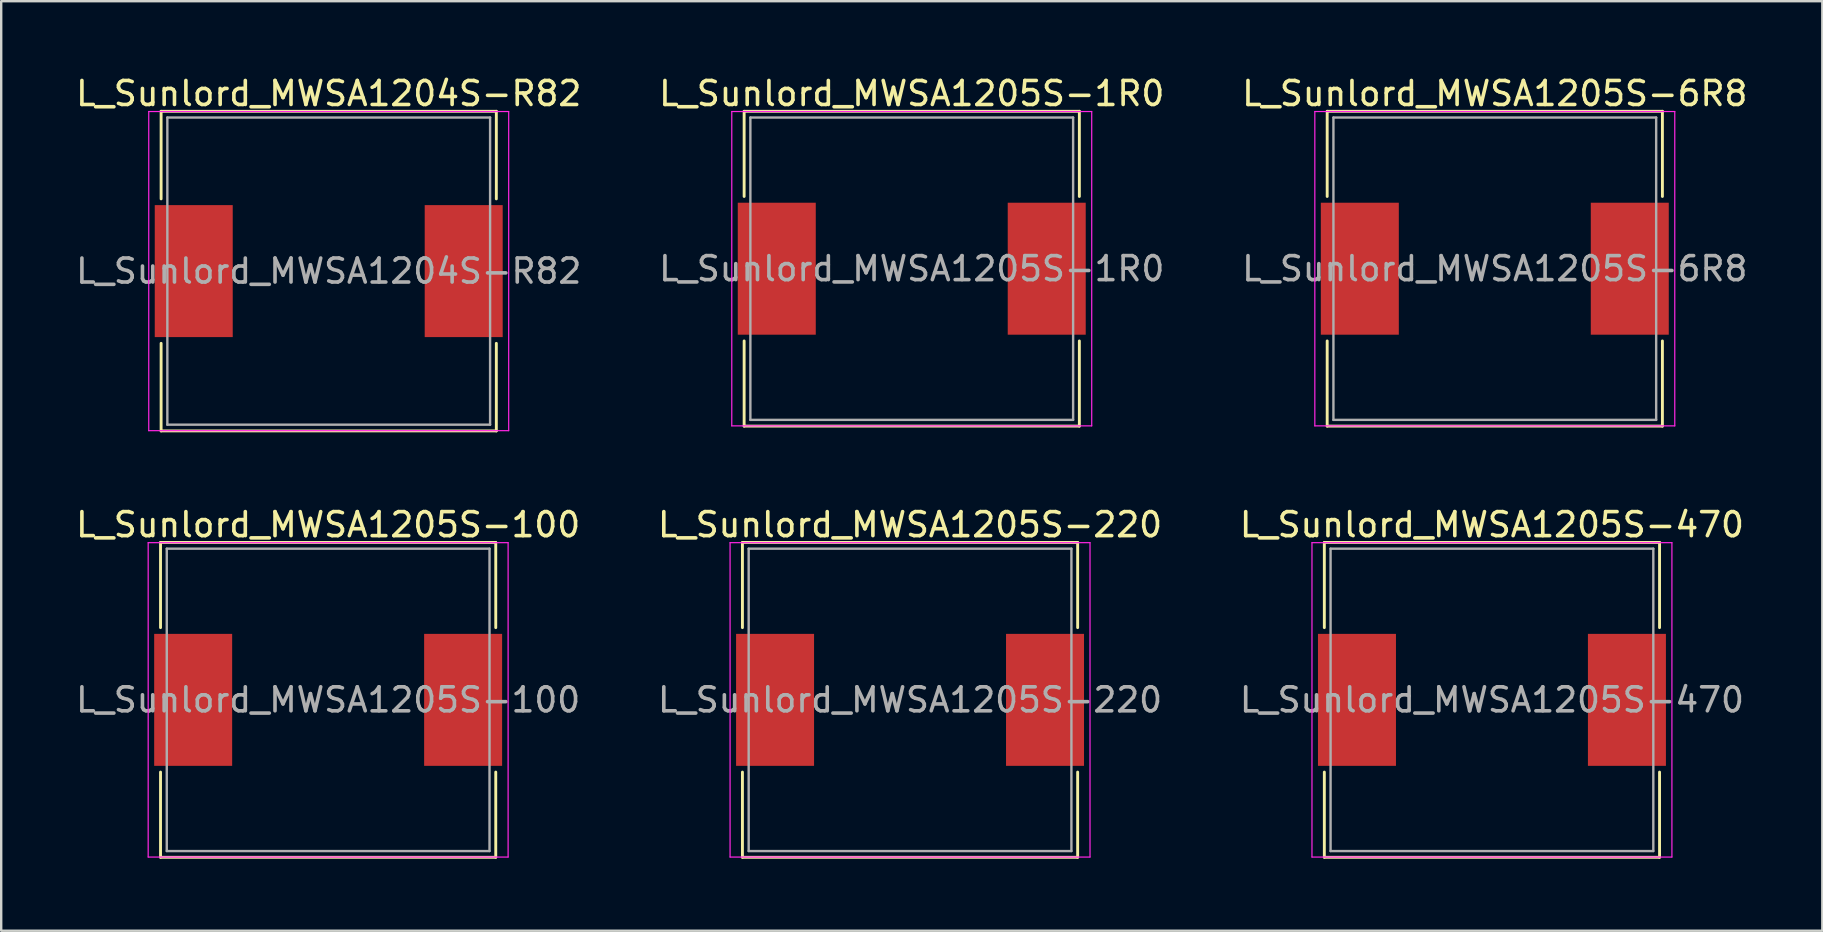
<source format=kicad_pcb>
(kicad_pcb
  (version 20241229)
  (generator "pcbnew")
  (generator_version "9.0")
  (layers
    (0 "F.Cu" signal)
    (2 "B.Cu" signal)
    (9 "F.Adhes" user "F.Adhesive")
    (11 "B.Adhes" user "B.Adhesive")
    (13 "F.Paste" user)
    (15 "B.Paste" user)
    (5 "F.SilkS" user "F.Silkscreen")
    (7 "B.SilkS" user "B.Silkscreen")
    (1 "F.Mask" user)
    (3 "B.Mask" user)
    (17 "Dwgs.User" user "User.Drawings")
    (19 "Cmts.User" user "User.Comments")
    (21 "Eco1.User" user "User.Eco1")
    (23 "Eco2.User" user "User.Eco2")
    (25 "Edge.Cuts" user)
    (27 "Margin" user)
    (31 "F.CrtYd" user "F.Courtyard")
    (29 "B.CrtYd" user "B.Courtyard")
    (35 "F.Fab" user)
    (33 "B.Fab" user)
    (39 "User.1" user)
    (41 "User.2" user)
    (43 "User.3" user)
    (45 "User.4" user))
  (footprint "L_Sunlord_MWSA1205S-220"
    (layer "F.Cu")
    (at 34.875 26.116)
    (property "Reference" "L_Sunlord_MWSA1205S-220" (at 0 -7.3 0) (layer "F.SilkS") (effects (font (size 1 1) (thickness 0.15))))
    (attr smd)
    (fp_line (start -6.985 -6.56) (end -6.985 -3.01) (stroke (width 0.12) (type solid)) (layer "F.SilkS"))
    (fp_line (start -6.985 -6.56) (end 6.985 -6.56) (stroke (width 0.12) (type solid)) (layer "F.SilkS"))
    (fp_line (start -6.985 6.56) (end -6.985 3.01) (stroke (width 0.12) (type solid)) (layer "F.SilkS"))
    (fp_line (start -6.985 6.56) (end 6.985 6.56) (stroke (width 0.12) (type solid)) (layer "F.SilkS"))
    (fp_line (start 6.985 -6.56) (end 6.985 -3.01) (stroke (width 0.12) (type solid)) (layer "F.SilkS"))
    (fp_line (start 6.985 6.56) (end 6.985 3.01) (stroke (width 0.12) (type solid)) (layer "F.SilkS"))
    (fp_line (start -7.5 -6.55) (end -7.5 6.55) (stroke (width 0.05) (type solid)) (layer "F.CrtYd"))
    (fp_line (start -7.5 6.55) (end 7.5 6.55) (stroke (width 0.05) (type solid)) (layer "F.CrtYd"))
    (fp_line (start 7.5 -6.55) (end -7.5 -6.55) (stroke (width 0.05) (type solid)) (layer "F.CrtYd"))
    (fp_line (start 7.5 6.55) (end 7.5 -6.55) (stroke (width 0.05) (type solid)) (layer "F.CrtYd"))
    (fp_line (start -6.725 -6.3) (end -6.725 6.3) (stroke (width 0.1) (type solid)) (layer "F.Fab"))
    (fp_line (start -6.725 6.3) (end 6.725 6.3) (stroke (width 0.1) (type solid)) (layer "F.Fab"))
    (fp_line (start 6.725 -6.3) (end -6.725 -6.3) (stroke (width 0.1) (type solid)) (layer "F.Fab"))
    (fp_line (start 6.725 6.3) (end 6.725 -6.3) (stroke (width 0.1) (type solid)) (layer "F.Fab"))
    (fp_text user "${REFERENCE}" (at 0 0 0) (layer "F.Fab") (effects (font (size 1 1) (thickness 0.15))))
    (pad "1" smd rect (at -5.625 0) (size 3.25 5.5) (layers "F.Cu" "F.Mask" "F.Paste"))
    (pad "2" smd rect (at 5.625 0) (size 3.25 5.5) (layers "F.Cu" "F.Mask" "F.Paste")))
  (footprint "L_Sunlord_MWSA1205S-470"
    (layer "F.Cu")
    (at 59.125 26.116)
    (property "Reference" "L_Sunlord_MWSA1205S-470" (at 0 -7.3 0) (layer "F.SilkS") (effects (font (size 1 1) (thickness 0.15))))
    (attr smd)
    (fp_line (start -6.985 -6.56) (end -6.985 -3.01) (stroke (width 0.12) (type solid)) (layer "F.SilkS"))
    (fp_line (start -6.985 -6.56) (end 6.985 -6.56) (stroke (width 0.12) (type solid)) (layer "F.SilkS"))
    (fp_line (start -6.985 6.56) (end -6.985 3.01) (stroke (width 0.12) (type solid)) (layer "F.SilkS"))
    (fp_line (start -6.985 6.56) (end 6.985 6.56) (stroke (width 0.12) (type solid)) (layer "F.SilkS"))
    (fp_line (start 6.985 -6.56) (end 6.985 -3.01) (stroke (width 0.12) (type solid)) (layer "F.SilkS"))
    (fp_line (start 6.985 6.56) (end 6.985 3.01) (stroke (width 0.12) (type solid)) (layer "F.SilkS"))
    (fp_line (start -7.5 -6.55) (end -7.5 6.55) (stroke (width 0.05) (type solid)) (layer "F.CrtYd"))
    (fp_line (start -7.5 6.55) (end 7.5 6.55) (stroke (width 0.05) (type solid)) (layer "F.CrtYd"))
    (fp_line (start 7.5 -6.55) (end -7.5 -6.55) (stroke (width 0.05) (type solid)) (layer "F.CrtYd"))
    (fp_line (start 7.5 6.55) (end 7.5 -6.55) (stroke (width 0.05) (type solid)) (layer "F.CrtYd"))
    (fp_line (start -6.725 -6.3) (end -6.725 6.3) (stroke (width 0.1) (type solid)) (layer "F.Fab"))
    (fp_line (start -6.725 6.3) (end 6.725 6.3) (stroke (width 0.1) (type solid)) (layer "F.Fab"))
    (fp_line (start 6.725 -6.3) (end -6.725 -6.3) (stroke (width 0.1) (type solid)) (layer "F.Fab"))
    (fp_line (start 6.725 6.3) (end 6.725 -6.3) (stroke (width 0.1) (type solid)) (layer "F.Fab"))
    (fp_text user "${REFERENCE}" (at 0 0 0) (layer "F.Fab") (effects (font (size 1 1) (thickness 0.15))))
    (pad "1" smd rect (at -5.625 0) (size 3.25 5.5) (layers "F.Cu" "F.Mask" "F.Paste"))
    (pad "2" smd rect (at 5.625 0) (size 3.25 5.5) (layers "F.Cu" "F.Mask" "F.Paste")))
  (footprint "L_Sunlord_MWSA1205S-1R0"
    (layer "F.Cu")
    (at 34.946 8.148)
    (property "Reference" "L_Sunlord_MWSA1205S-1R0" (at 0 -7.3 0) (layer "F.SilkS") (effects (font (size 1 1) (thickness 0.15))))
    (attr smd)
    (fp_line (start -6.985 -6.56) (end -6.985 -3.01) (stroke (width 0.12) (type solid)) (layer "F.SilkS"))
    (fp_line (start -6.985 -6.56) (end 6.985 -6.56) (stroke (width 0.12) (type solid)) (layer "F.SilkS"))
    (fp_line (start -6.985 6.56) (end -6.985 3.01) (stroke (width 0.12) (type solid)) (layer "F.SilkS"))
    (fp_line (start -6.985 6.56) (end 6.985 6.56) (stroke (width 0.12) (type solid)) (layer "F.SilkS"))
    (fp_line (start 6.985 -6.56) (end 6.985 -3.01) (stroke (width 0.12) (type solid)) (layer "F.SilkS"))
    (fp_line (start 6.985 6.56) (end 6.985 3.01) (stroke (width 0.12) (type solid)) (layer "F.SilkS"))
    (fp_line (start -7.5 -6.55) (end -7.5 6.55) (stroke (width 0.05) (type solid)) (layer "F.CrtYd"))
    (fp_line (start -7.5 6.55) (end 7.5 6.55) (stroke (width 0.05) (type solid)) (layer "F.CrtYd"))
    (fp_line (start 7.5 -6.55) (end -7.5 -6.55) (stroke (width 0.05) (type solid)) (layer "F.CrtYd"))
    (fp_line (start 7.5 6.55) (end 7.5 -6.55) (stroke (width 0.05) (type solid)) (layer "F.CrtYd"))
    (fp_line (start -6.725 -6.3) (end -6.725 6.3) (stroke (width 0.1) (type solid)) (layer "F.Fab"))
    (fp_line (start -6.725 6.3) (end 6.725 6.3) (stroke (width 0.1) (type solid)) (layer "F.Fab"))
    (fp_line (start 6.725 -6.3) (end -6.725 -6.3) (stroke (width 0.1) (type solid)) (layer "F.Fab"))
    (fp_line (start 6.725 6.3) (end 6.725 -6.3) (stroke (width 0.1) (type solid)) (layer "F.Fab"))
    (fp_text user "${REFERENCE}" (at 0 0 0) (layer "F.Fab") (effects (font (size 1 1) (thickness 0.15))))
    (pad "1" smd rect (at -5.625 0) (size 3.25 5.5) (layers "F.Cu" "F.Mask" "F.Paste"))
    (pad "2" smd rect (at 5.625 0) (size 3.25 5.5) (layers "F.Cu" "F.Mask" "F.Paste")))
  (footprint "L_Sunlord_MWSA1204S-R82"
    (layer "F.Cu")
    (at 10.649 8.248)
    (property "Reference" "L_Sunlord_MWSA1204S-R82" (at 0 -7.4 0) (layer "F.SilkS") (effects (font (size 1 1) (thickness 0.15))))
    (attr smd)
    (fp_line (start -6.985 -6.66) (end -6.985 -3.01) (stroke (width 0.12) (type solid)) (layer "F.SilkS"))
    (fp_line (start -6.985 -6.66) (end 6.985 -6.66) (stroke (width 0.12) (type solid)) (layer "F.SilkS"))
    (fp_line (start -6.985 6.66) (end -6.985 3.01) (stroke (width 0.12) (type solid)) (layer "F.SilkS"))
    (fp_line (start -6.985 6.66) (end 6.985 6.66) (stroke (width 0.12) (type solid)) (layer "F.SilkS"))
    (fp_line (start 6.985 -6.66) (end 6.985 -3.01) (stroke (width 0.12) (type solid)) (layer "F.SilkS"))
    (fp_line (start 6.985 6.66) (end 6.985 3.01) (stroke (width 0.12) (type solid)) (layer "F.SilkS"))
    (fp_line (start -7.5 -6.65) (end -7.5 6.65) (stroke (width 0.05) (type solid)) (layer "F.CrtYd"))
    (fp_line (start -7.5 6.65) (end 7.5 6.65) (stroke (width 0.05) (type solid)) (layer "F.CrtYd"))
    (fp_line (start 7.5 -6.65) (end -7.5 -6.65) (stroke (width 0.05) (type solid)) (layer "F.CrtYd"))
    (fp_line (start 7.5 6.65) (end 7.5 -6.65) (stroke (width 0.05) (type solid)) (layer "F.CrtYd"))
    (fp_line (start -6.725 -6.4) (end -6.725 6.4) (stroke (width 0.1) (type solid)) (layer "F.Fab"))
    (fp_line (start -6.725 6.4) (end 6.725 6.4) (stroke (width 0.1) (type solid)) (layer "F.Fab"))
    (fp_line (start 6.725 -6.4) (end -6.725 -6.4) (stroke (width 0.1) (type solid)) (layer "F.Fab"))
    (fp_line (start 6.725 6.4) (end 6.725 -6.4) (stroke (width 0.1) (type solid)) (layer "F.Fab"))
    (fp_text user "${REFERENCE}" (at 0 0 0) (layer "F.Fab") (effects (font (size 1 1) (thickness 0.15))))
    (pad "1" smd rect (at -5.625 0) (size 3.25 5.5) (layers "F.Cu" "F.Mask" "F.Paste"))
    (pad "2" smd rect (at 5.625 0) (size 3.25 5.5) (layers "F.Cu" "F.Mask" "F.Paste")))
  (footprint "L_Sunlord_MWSA1205S-6R8"
    (layer "F.Cu")
    (at 59.244 8.148)
    (property "Reference" "L_Sunlord_MWSA1205S-6R8" (at 0 -7.3 0) (layer "F.SilkS") (effects (font (size 1 1) (thickness 0.15))))
    (attr smd)
    (fp_line (start -6.985 -6.56) (end -6.985 -3.01) (stroke (width 0.12) (type solid)) (layer "F.SilkS"))
    (fp_line (start -6.985 -6.56) (end 6.985 -6.56) (stroke (width 0.12) (type solid)) (layer "F.SilkS"))
    (fp_line (start -6.985 6.56) (end -6.985 3.01) (stroke (width 0.12) (type solid)) (layer "F.SilkS"))
    (fp_line (start -6.985 6.56) (end 6.985 6.56) (stroke (width 0.12) (type solid)) (layer "F.SilkS"))
    (fp_line (start 6.985 -6.56) (end 6.985 -3.01) (stroke (width 0.12) (type solid)) (layer "F.SilkS"))
    (fp_line (start 6.985 6.56) (end 6.985 3.01) (stroke (width 0.12) (type solid)) (layer "F.SilkS"))
    (fp_line (start -7.5 -6.55) (end -7.5 6.55) (stroke (width 0.05) (type solid)) (layer "F.CrtYd"))
    (fp_line (start -7.5 6.55) (end 7.5 6.55) (stroke (width 0.05) (type solid)) (layer "F.CrtYd"))
    (fp_line (start 7.5 -6.55) (end -7.5 -6.55) (stroke (width 0.05) (type solid)) (layer "F.CrtYd"))
    (fp_line (start 7.5 6.55) (end 7.5 -6.55) (stroke (width 0.05) (type solid)) (layer "F.CrtYd"))
    (fp_line (start -6.725 -6.3) (end -6.725 6.3) (stroke (width 0.1) (type solid)) (layer "F.Fab"))
    (fp_line (start -6.725 6.3) (end 6.725 6.3) (stroke (width 0.1) (type solid)) (layer "F.Fab"))
    (fp_line (start 6.725 -6.3) (end -6.725 -6.3) (stroke (width 0.1) (type solid)) (layer "F.Fab"))
    (fp_line (start 6.725 6.3) (end 6.725 -6.3) (stroke (width 0.1) (type solid)) (layer "F.Fab"))
    (fp_text user "${REFERENCE}" (at 0 0 0) (layer "F.Fab") (effects (font (size 1 1) (thickness 0.15))))
    (pad "1" smd rect (at -5.625 0) (size 3.25 5.5) (layers "F.Cu" "F.Mask" "F.Paste"))
    (pad "2" smd rect (at 5.625 0) (size 3.25 5.5) (layers "F.Cu" "F.Mask" "F.Paste")))
  (footprint "L_Sunlord_MWSA1205S-100"
    (layer "F.Cu")
    (at 10.625 26.116)
    (property "Reference" "L_Sunlord_MWSA1205S-100" (at 0 -7.3 0) (layer "F.SilkS") (effects (font (size 1 1) (thickness 0.15))))
    (attr smd)
    (fp_line (start -6.985 -6.56) (end -6.985 -3.01) (stroke (width 0.12) (type solid)) (layer "F.SilkS"))
    (fp_line (start -6.985 -6.56) (end 6.985 -6.56) (stroke (width 0.12) (type solid)) (layer "F.SilkS"))
    (fp_line (start -6.985 6.56) (end -6.985 3.01) (stroke (width 0.12) (type solid)) (layer "F.SilkS"))
    (fp_line (start -6.985 6.56) (end 6.985 6.56) (stroke (width 0.12) (type solid)) (layer "F.SilkS"))
    (fp_line (start 6.985 -6.56) (end 6.985 -3.01) (stroke (width 0.12) (type solid)) (layer "F.SilkS"))
    (fp_line (start 6.985 6.56) (end 6.985 3.01) (stroke (width 0.12) (type solid)) (layer "F.SilkS"))
    (fp_line (start -7.5 -6.55) (end -7.5 6.55) (stroke (width 0.05) (type solid)) (layer "F.CrtYd"))
    (fp_line (start -7.5 6.55) (end 7.5 6.55) (stroke (width 0.05) (type solid)) (layer "F.CrtYd"))
    (fp_line (start 7.5 -6.55) (end -7.5 -6.55) (stroke (width 0.05) (type solid)) (layer "F.CrtYd"))
    (fp_line (start 7.5 6.55) (end 7.5 -6.55) (stroke (width 0.05) (type solid)) (layer "F.CrtYd"))
    (fp_line (start -6.725 -6.3) (end -6.725 6.3) (stroke (width 0.1) (type solid)) (layer "F.Fab"))
    (fp_line (start -6.725 6.3) (end 6.725 6.3) (stroke (width 0.1) (type solid)) (layer "F.Fab"))
    (fp_line (start 6.725 -6.3) (end -6.725 -6.3) (stroke (width 0.1) (type solid)) (layer "F.Fab"))
    (fp_line (start 6.725 6.3) (end 6.725 -6.3) (stroke (width 0.1) (type solid)) (layer "F.Fab"))
    (fp_text user "${REFERENCE}" (at 0 0 0) (layer "F.Fab") (effects (font (size 1 1) (thickness 0.15))))
    (pad "1" smd rect (at -5.625 0) (size 3.25 5.5) (layers "F.Cu" "F.Mask" "F.Paste"))
    (pad "2" smd rect (at 5.625 0) (size 3.25 5.5) (layers "F.Cu" "F.Mask" "F.Paste")))
  (gr_rect
    (start -3 -3)
    (end 72.893 35.736)
    (stroke (width 0.1) (type default))
    (fill no)
    (layer "Edge.Cuts")))
</source>
